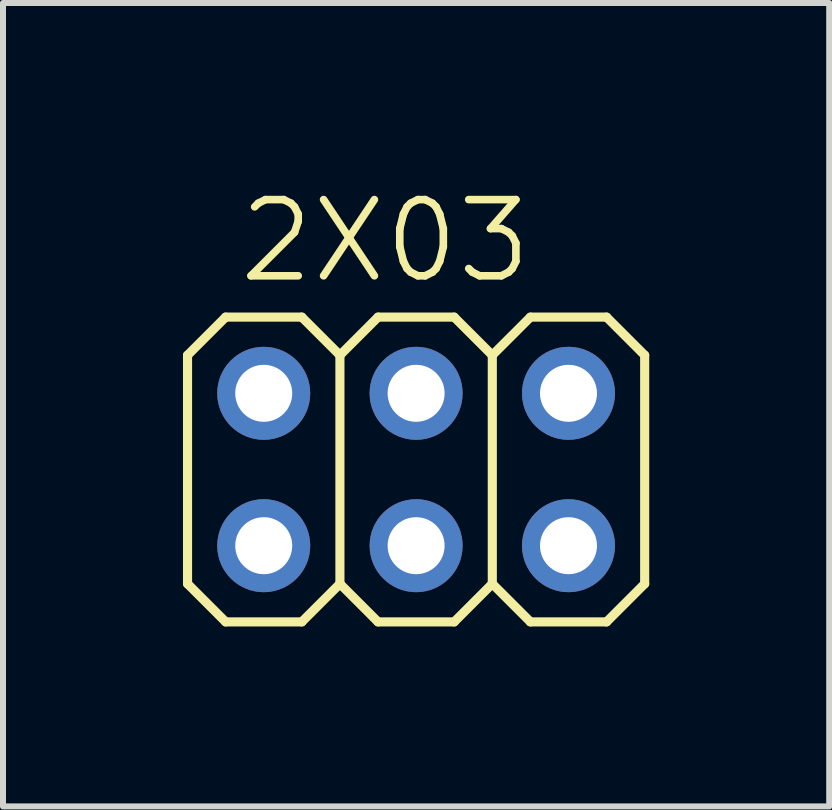
<source format=kicad_pcb>
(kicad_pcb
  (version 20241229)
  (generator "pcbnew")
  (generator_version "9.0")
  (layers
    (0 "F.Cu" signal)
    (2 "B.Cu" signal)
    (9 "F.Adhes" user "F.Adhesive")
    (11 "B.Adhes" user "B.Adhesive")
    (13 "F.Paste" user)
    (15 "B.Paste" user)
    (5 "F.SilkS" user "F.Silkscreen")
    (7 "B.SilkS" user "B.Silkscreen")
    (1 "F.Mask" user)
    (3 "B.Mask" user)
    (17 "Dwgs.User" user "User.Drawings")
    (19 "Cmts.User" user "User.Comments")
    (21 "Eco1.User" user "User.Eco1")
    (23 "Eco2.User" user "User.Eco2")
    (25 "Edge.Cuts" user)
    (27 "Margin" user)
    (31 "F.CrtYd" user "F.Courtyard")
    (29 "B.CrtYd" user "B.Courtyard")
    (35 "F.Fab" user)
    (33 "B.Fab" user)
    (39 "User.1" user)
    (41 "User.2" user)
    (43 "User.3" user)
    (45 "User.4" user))
  (footprint "2X03"
    (layer "F.Cu")
    (at 3.886 4.776)
    (property "Reference" "2X03" (at -0.514 -3.81 0) (layer "F.SilkS") (effects (font (size 1.27 1.27) (thickness 0.127))))
    (attr through_hole)
    (fp_line (start -3.81 -1.905) (end -3.175 -2.54) (stroke (width 0.152) (type solid)) (layer "F.SilkS"))
    (fp_line (start -3.81 1.905) (end -3.81 -1.905) (stroke (width 0.152) (type solid)) (layer "F.SilkS"))
    (fp_line (start -3.81 1.905) (end -3.175 2.54) (stroke (width 0.152) (type solid)) (layer "F.SilkS"))
    (fp_line (start -3.175 -2.54) (end -1.905 -2.54) (stroke (width 0.152) (type solid)) (layer "F.SilkS"))
    (fp_line (start -3.175 2.54) (end -1.905 2.54) (stroke (width 0.152) (type solid)) (layer "F.SilkS"))
    (fp_line (start -1.905 -2.54) (end -1.27 -1.905) (stroke (width 0.152) (type solid)) (layer "F.SilkS"))
    (fp_line (start -1.905 2.54) (end -1.27 1.905) (stroke (width 0.152) (type solid)) (layer "F.SilkS"))
    (fp_line (start -1.27 -1.905) (end -1.27 1.905) (stroke (width 0.152) (type solid)) (layer "F.SilkS"))
    (fp_line (start -1.27 -1.905) (end -0.635 -2.54) (stroke (width 0.152) (type solid)) (layer "F.SilkS"))
    (fp_line (start -1.27 1.905) (end -0.635 2.54) (stroke (width 0.152) (type solid)) (layer "F.SilkS"))
    (fp_line (start -0.635 -2.54) (end 0.635 -2.54) (stroke (width 0.152) (type solid)) (layer "F.SilkS"))
    (fp_line (start -0.635 2.54) (end 0.635 2.54) (stroke (width 0.152) (type solid)) (layer "F.SilkS"))
    (fp_line (start 0.635 -2.54) (end 1.27 -1.905) (stroke (width 0.152) (type solid)) (layer "F.SilkS"))
    (fp_line (start 0.635 2.54) (end 1.27 1.905) (stroke (width 0.152) (type solid)) (layer "F.SilkS"))
    (fp_line (start 1.27 -1.905) (end 1.27 1.905) (stroke (width 0.152) (type solid)) (layer "F.SilkS"))
    (fp_line (start 1.27 -1.905) (end 1.905 -2.54) (stroke (width 0.152) (type solid)) (layer "F.SilkS"))
    (fp_line (start 1.27 1.905) (end 1.905 2.54) (stroke (width 0.152) (type solid)) (layer "F.SilkS"))
    (fp_line (start 1.905 -2.54) (end 3.175 -2.54) (stroke (width 0.152) (type solid)) (layer "F.SilkS"))
    (fp_line (start 1.905 2.54) (end 3.175 2.54) (stroke (width 0.152) (type solid)) (layer "F.SilkS"))
    (fp_line (start 3.175 -2.54) (end 3.81 -1.905) (stroke (width 0.152) (type solid)) (layer "F.SilkS"))
    (fp_line (start 3.175 2.54) (end 3.81 1.905) (stroke (width 0.152) (type solid)) (layer "F.SilkS"))
    (fp_line (start 3.81 -1.905) (end 3.81 1.905) (stroke (width 0.152) (type solid)) (layer "F.SilkS"))
    (fp_poly (pts (xy -2.794 -1.524) (xy -2.286 -1.524) (xy -2.286 -1.016) (xy -2.794 -1.016)) (stroke (width 0.1) (type solid)) (fill no) (layer "F.Fab"))
    (fp_poly (pts (xy -2.794 1.016) (xy -2.286 1.016) (xy -2.286 1.524) (xy -2.794 1.524)) (stroke (width 0.1) (type solid)) (fill no) (layer "F.Fab"))
    (fp_poly (pts (xy -0.254 -1.524) (xy 0.254 -1.524) (xy 0.254 -1.016) (xy -0.254 -1.016)) (stroke (width 0.1) (type solid)) (fill no) (layer "F.Fab"))
    (fp_poly (pts (xy -0.254 1.016) (xy 0.254 1.016) (xy 0.254 1.524) (xy -0.254 1.524)) (stroke (width 0.1) (type solid)) (fill no) (layer "F.Fab"))
    (fp_poly (pts (xy 2.286 -1.524) (xy 2.794 -1.524) (xy 2.794 -1.016) (xy 2.286 -1.016)) (stroke (width 0.1) (type solid)) (fill no) (layer "F.Fab"))
    (fp_poly (pts (xy 2.286 1.016) (xy 2.794 1.016) (xy 2.794 1.524) (xy 2.286 1.524)) (stroke (width 0.1) (type solid)) (fill no) (layer "F.Fab"))
    (pad "1" thru_hole circle (at -2.54 1.27) (size 1.55 1.55) (drill 0.95) (layers "*.Cu" "*.Mask"))
    (pad "2" thru_hole circle (at -2.54 -1.27) (size 1.55 1.55) (drill 0.95) (layers "*.Cu" "*.Mask"))
    (pad "3" thru_hole circle (at 0 1.27) (size 1.55 1.55) (drill 0.95) (layers "*.Cu" "*.Mask"))
    (pad "4" thru_hole circle (at 0 -1.27) (size 1.55 1.55) (drill 0.95) (layers "*.Cu" "*.Mask"))
    (pad "5" thru_hole circle (at 2.54 1.27) (size 1.55 1.55) (drill 0.95) (layers "*.Cu" "*.Mask"))
    (pad "6" thru_hole circle (at 2.54 -1.27) (size 1.55 1.55) (drill 0.95) (layers "*.Cu" "*.Mask")))
  (gr_rect
    (start -3 -3)
    (end 10.772 10.392)
    (stroke (width 0.1) (type default))
    (fill no)
    (layer "Edge.Cuts")))
</source>
